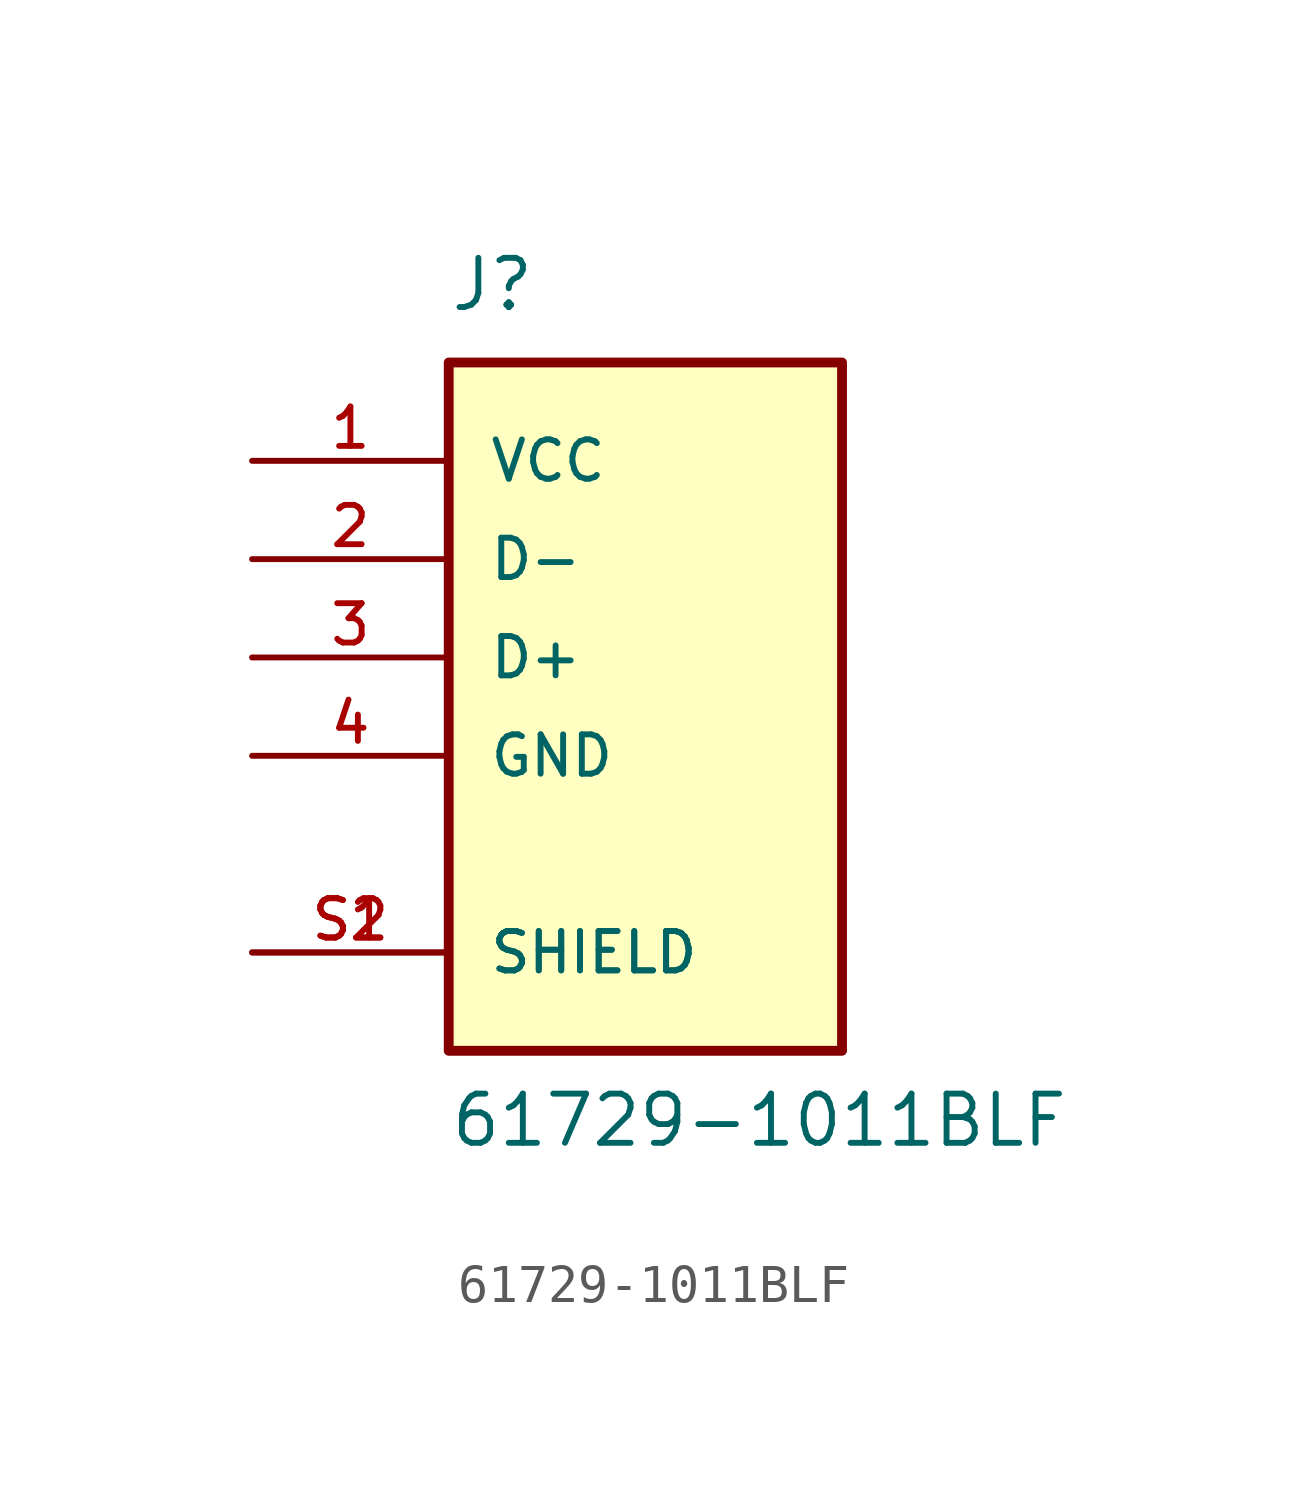
<source format=kicad_sym>
(kicad_symbol_lib
  (version 20211014)
  (generator kicad_symbol_editor)
  (symbol "61729-1011BLF"
    (pin_names
      (offset 1.016))
    (property "Reference" "J"
      (at -5.08 8.89 0)
      (effects (font (size 1.27 1.27)) (justify bottom left)))
    (property "Value" "61729-1011BLF"
      (at -5.08 -12.7 0)
      (effects (font (size 1.27 1.27)) (justify bottom left)))
    (symbol "61729-1011BLF_0_0"
      (rectangle (start -5.08 -10.16) (end 5.08 7.62) (stroke (width 0.254)) (fill (type background)))
      (pin power_in line (at -10.16 5.08 0) (length 5.08) (name "VCC" (effects (font (size 1.016 1.016)))) (number "1" (effects (font (size 1.016 1.016)))))
      (pin bidirectional line (at -10.16 2.54 0) (length 5.08) (name "D-" (effects (font (size 1.016 1.016)))) (number "2" (effects (font (size 1.016 1.016)))))
      (pin bidirectional line (at -10.16 0.0 0) (length 5.08) (name "D+" (effects (font (size 1.016 1.016)))) (number "3" (effects (font (size 1.016 1.016)))))
      (pin power_in line (at -10.16 -2.54 0) (length 5.08) (name "GND" (effects (font (size 1.016 1.016)))) (number "4" (effects (font (size 1.016 1.016)))))
      (pin passive line (at -10.16 -7.62 0) (length 5.08) (name "SHIELD" (effects (font (size 1.016 1.016)))) (number "S1" (effects (font (size 1.016 1.016)))))
      (pin passive line (at -10.16 -7.62 0) (length 5.08) (name "SHIELD" (effects (font (size 1.016 1.016)))) (number "S2" (effects (font (size 1.016 1.016))))))))
</source>
